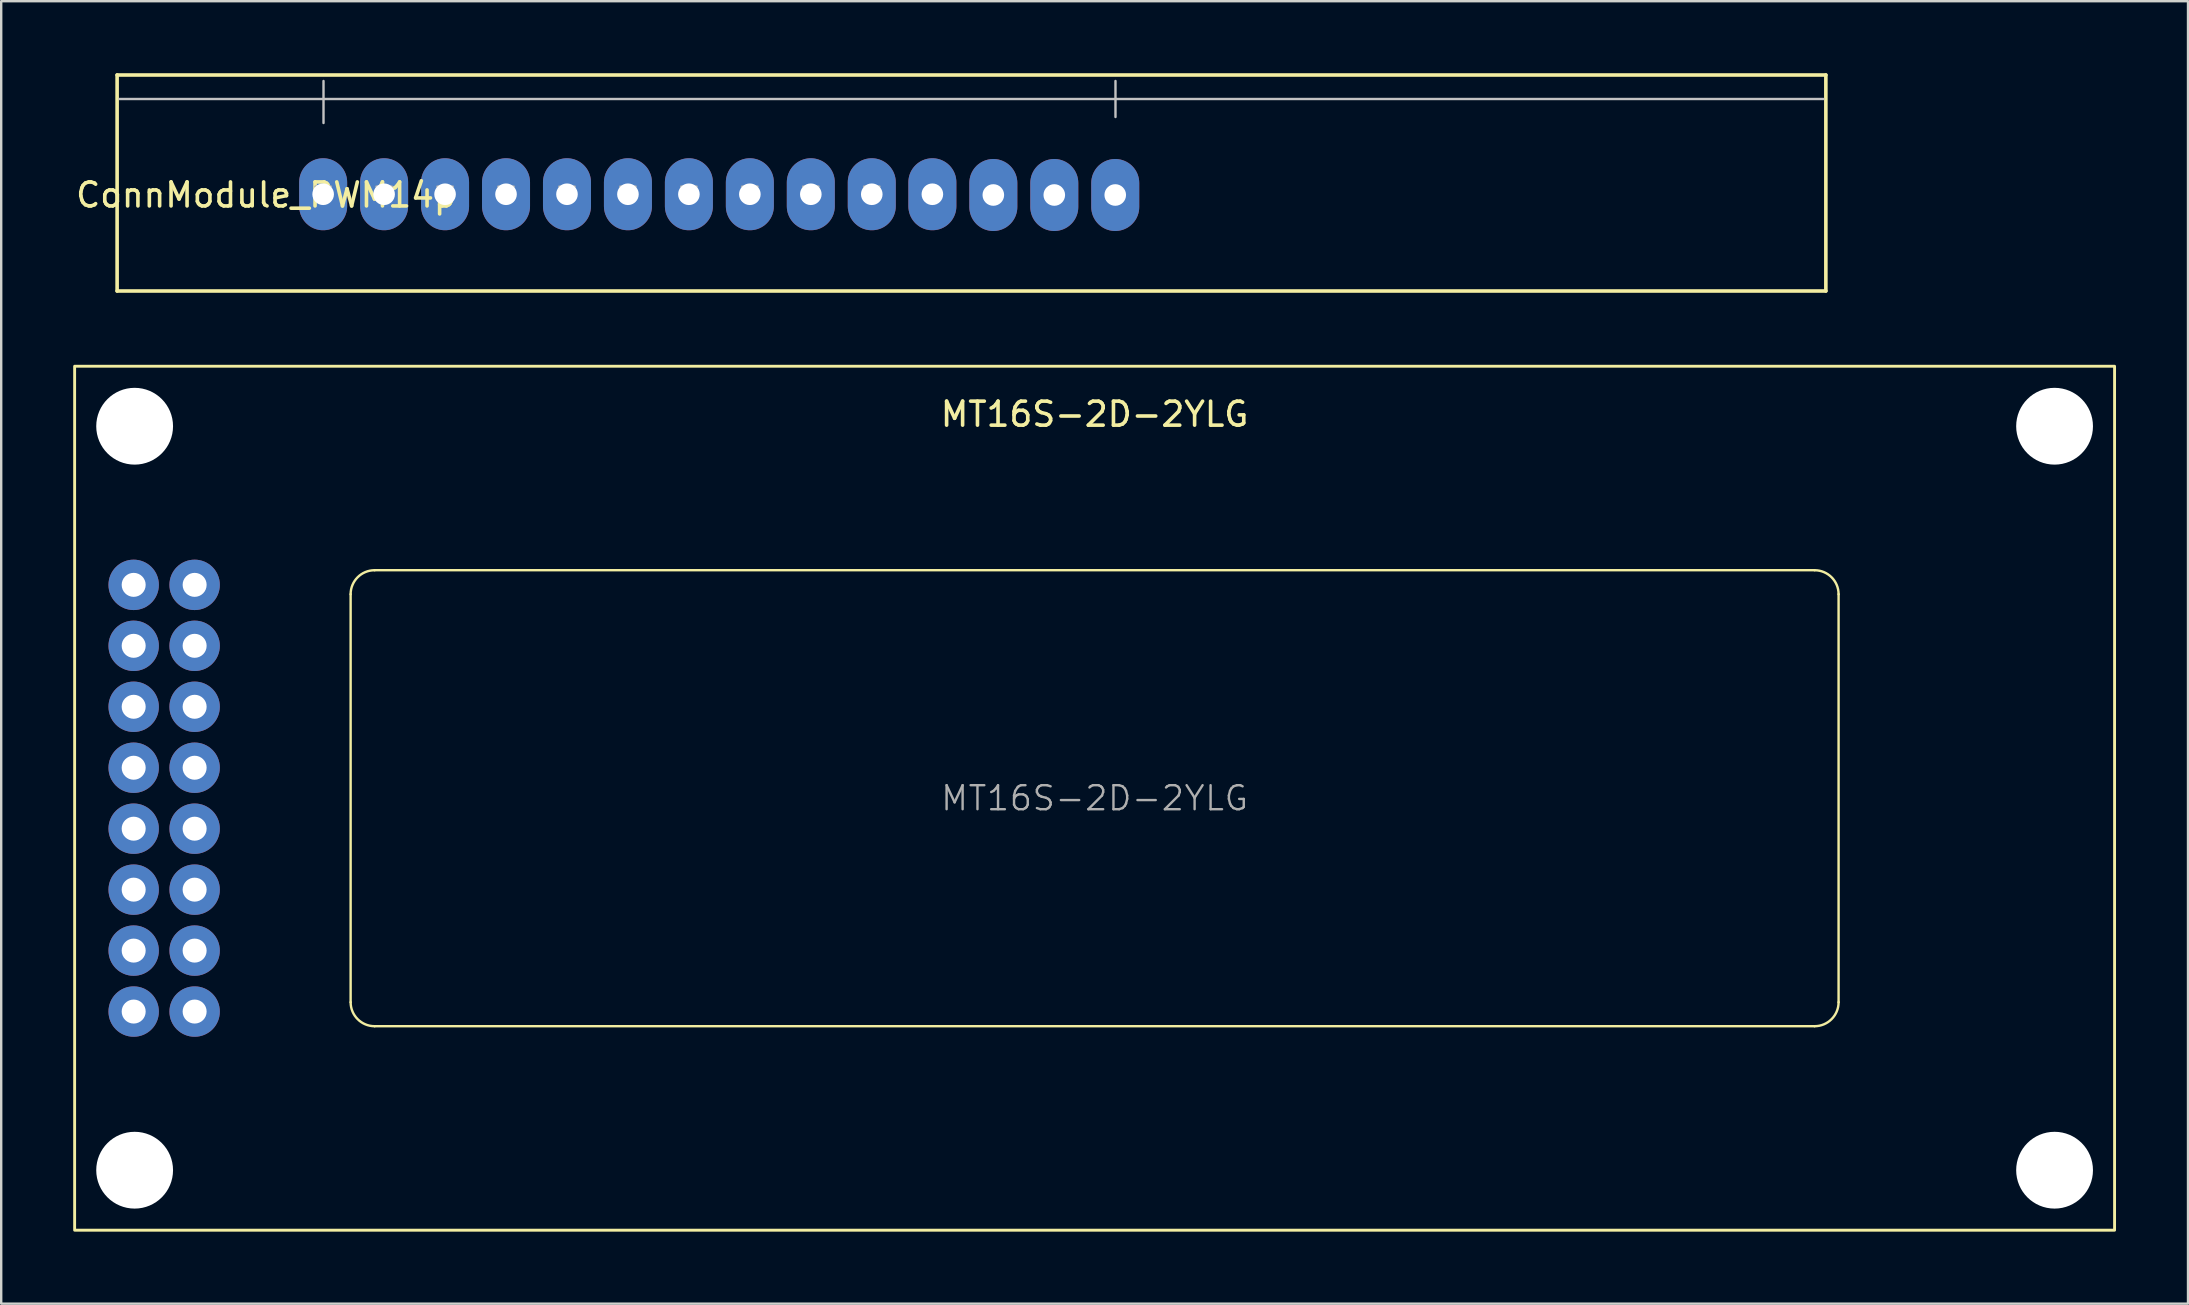
<source format=kicad_pcb>
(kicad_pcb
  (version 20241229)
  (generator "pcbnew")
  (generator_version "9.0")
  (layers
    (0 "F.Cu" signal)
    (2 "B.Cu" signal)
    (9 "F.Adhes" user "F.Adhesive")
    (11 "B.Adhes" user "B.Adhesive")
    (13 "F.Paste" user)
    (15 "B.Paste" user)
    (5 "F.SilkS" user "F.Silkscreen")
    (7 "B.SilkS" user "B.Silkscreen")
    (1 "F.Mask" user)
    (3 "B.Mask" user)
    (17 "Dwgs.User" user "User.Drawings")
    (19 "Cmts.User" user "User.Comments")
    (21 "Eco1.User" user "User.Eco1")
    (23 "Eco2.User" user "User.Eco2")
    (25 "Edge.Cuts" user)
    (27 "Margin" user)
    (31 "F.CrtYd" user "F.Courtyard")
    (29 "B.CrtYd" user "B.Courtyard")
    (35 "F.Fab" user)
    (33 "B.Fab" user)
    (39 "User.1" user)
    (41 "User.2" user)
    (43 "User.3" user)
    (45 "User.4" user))
  (footprint "MT16S-2D-2YLG"
    (layer "F.Cu")
    (at 42.56 30.21)
    (property "Reference" "MT16S-2D-2YLG" (at 0 -16 0) (layer "F.SilkS") (effects (font (size 1 1) (thickness 0.15))))
    (attr through_hole)
    (fp_line (start -31 -8.5) (end -31 8.5) (stroke (width 0.1) (type default)) (layer "F.SilkS"))
    (fp_line (start -30 -9.5) (end 30 -9.5) (stroke (width 0.1) (type default)) (layer "F.SilkS"))
    (fp_line (start -30 9.5) (end 30 9.5) (stroke (width 0.1) (type default)) (layer "F.SilkS"))
    (fp_line (start 31 -8.5) (end 31 8.5) (stroke (width 0.1) (type default)) (layer "F.SilkS"))
    (fp_rect (start -42.5 -18) (end 42.5 18) (stroke (width 0.12) (type solid)) (fill no) (layer "F.SilkS"))
    (fp_arc (start -31 -8.5) (mid -30.707107 -9.207107) (end -30 -9.5) (stroke (width 0.1) (type default)) (layer "F.SilkS"))
    (fp_arc (start -30 9.5) (mid -30.707107 9.207107) (end -31 8.5) (stroke (width 0.1) (type default)) (layer "F.SilkS"))
    (fp_arc (start 30 -9.5) (mid 30.707107 -9.207107) (end 31 -8.5) (stroke (width 0.1) (type default)) (layer "F.SilkS"))
    (fp_arc (start 31 8.5) (mid 30.707107 9.207107) (end 30 9.5) (stroke (width 0.1) (type default)) (layer "F.SilkS"))
    (fp_text user "${REFERENCE}" (at 0 0 0) (layer "F.Fab") (effects (font (size 1 1) (thickness 0.1))))
    (pad "" np_thru_hole circle (at -40 -15.5) (size 3.2 3.2) (drill 3.3) (layers "*.Cu" "*.Mask"))
    (pad "" np_thru_hole circle (at -40 15.5) (size 3.2 3.2) (drill 3.2) (layers "*.Cu" "*.Mask"))
    (pad "" np_thru_hole circle (at 40 -15.5) (size 3.2 3.2) (drill 3.2) (layers "*.Cu" "*.Mask"))
    (pad "" np_thru_hole circle (at 40 15.5) (size 3.2 3.2) (drill 3.2) (layers "*.Cu" "*.Mask"))
    (pad "1" thru_hole circle (at -37.5 8.89 90) (size 2.1 2.1) (drill 1) (layers "*.Cu" "*.Mask"))
    (pad "2" thru_hole circle (at -40.04 8.89 90) (size 2.1 2.1) (drill 1) (layers "*.Cu" "*.Mask"))
    (pad "3" thru_hole circle (at -37.5 6.35 90) (size 2.1 2.1) (drill 1) (layers "*.Cu" "*.Mask"))
    (pad "4" thru_hole circle (at -40.04 6.35 90) (size 2.1 2.1) (drill 1) (layers "*.Cu" "*.Mask"))
    (pad "5" thru_hole circle (at -37.5 3.81 90) (size 2.1 2.1) (drill 1) (layers "*.Cu" "*.Mask"))
    (pad "6" thru_hole circle (at -40.04 3.81 90) (size 2.1 2.1) (drill 1) (layers "*.Cu" "*.Mask"))
    (pad "7" thru_hole circle (at -37.5 1.27 90) (size 2.1 2.1) (drill 1) (layers "*.Cu" "*.Mask"))
    (pad "8" thru_hole circle (at -40.04 1.27 90) (size 2.1 2.1) (drill 1) (layers "*.Cu" "*.Mask"))
    (pad "9" thru_hole circle (at -37.5 -1.27 90) (size 2.1 2.1) (drill 1) (layers "*.Cu" "*.Mask"))
    (pad "10" thru_hole circle (at -40.04 -1.27 90) (size 2.1 2.1) (drill 1) (layers "*.Cu" "*.Mask"))
    (pad "11" thru_hole circle (at -37.5 -3.81 90) (size 2.1 2.1) (drill 1) (layers "*.Cu" "*.Mask"))
    (pad "12" thru_hole circle (at -40.04 -3.81 90) (size 2.1 2.1) (drill 1) (layers "*.Cu" "*.Mask"))
    (pad "13" thru_hole circle (at -37.5 -6.35 90) (size 2.1 2.1) (drill 1) (layers "*.Cu" "*.Mask"))
    (pad "14" thru_hole circle (at -40.04 -6.35 90) (size 2.1 2.1) (drill 1) (layers "*.Cu" "*.Mask"))
    (pad "15" thru_hole circle (at -37.5 -8.89 90) (size 2.1 2.1) (drill 1) (layers "*.Cu" "*.Mask"))
    (pad "16" thru_hole circle (at -40.04 -8.89 90) (size 2.1 2.1) (drill 1) (layers "*.Cu" "*.Mask")))
  (footprint "ConnModule_PWM14p"
    (layer "F.Cu")
    (at 21.83 5.075)
    (property "Reference" "ConnModule_PWM14p" (at -13.8 0 0) (layer "F.SilkS") (effects (font (size 1 1) (thickness 0.15))))
    (attr through_hole)
    (fp_line (start -20 -5) (end -20 4) (stroke (width 0.15) (type solid)) (layer "F.SilkS"))
    (fp_line (start -20 -5) (end 51.2 -5) (stroke (width 0.15) (type solid)) (layer "F.SilkS"))
    (fp_line (start -20 4) (end 51.2 4) (stroke (width 0.15) (type solid)) (layer "F.SilkS"))
    (fp_line (start 51.2 -5) (end 51.2 4) (stroke (width 0.15) (type solid)) (layer "F.SilkS"))
    (fp_line (start -11.4 -4.75) (end -11.4 -3) (stroke (width 0.1) (type default)) (layer "Dwgs.User"))
    (fp_line (start 21.6 -4.75) (end 21.6 -3.25) (stroke (width 0.1) (type default)) (layer "Dwgs.User"))
    (fp_line (start 51.1 -4) (end -19.9 -4) (stroke (width 0.1) (type default)) (layer "Dwgs.User"))
    (fp_line (start -11.735 -0.351) (end -11.095 -0.351) (stroke (width 0.1) (type solid)) (layer "F.Fab"))
    (fp_line (start -9.195 -0.351) (end -8.555 -0.351) (stroke (width 0.1) (type solid)) (layer "F.Fab"))
    (fp_line (start -6.655 -0.351) (end -6.015 -0.351) (stroke (width 0.1) (type solid)) (layer "F.Fab"))
    (fp_line (start -4.115 -0.351) (end -3.475 -0.351) (stroke (width 0.1) (type solid)) (layer "F.Fab"))
    (fp_line (start -1.575 -0.351) (end -0.935 -0.351) (stroke (width 0.1) (type solid)) (layer "F.Fab"))
    (fp_line (start 0.965 -0.351) (end 1.605 -0.351) (stroke (width 0.1) (type solid)) (layer "F.Fab"))
    (fp_line (start 3.505 -0.351) (end 4.145 -0.351) (stroke (width 0.1) (type solid)) (layer "F.Fab"))
    (fp_line (start 6.045 -0.351) (end 6.685 -0.351) (stroke (width 0.1) (type solid)) (layer "F.Fab"))
    (fp_line (start 8.585 -0.351) (end 9.225 -0.351) (stroke (width 0.1) (type solid)) (layer "F.Fab"))
    (fp_line (start 11.125 -0.351) (end 11.765 -0.351) (stroke (width 0.1) (type solid)) (layer "F.Fab"))
    (pad "1" thru_hole oval (at -11.415 -0.031 90) (size 3 2) (drill 0.9) (layers "*.Cu" "*.Mask"))
    (pad "2" thru_hole oval (at -8.875 -0.031 90) (size 3 2) (drill 0.9) (layers "*.Cu" "*.Mask"))
    (pad "3" thru_hole oval (at -6.335 -0.031 90) (size 3 2) (drill 0.9) (layers "*.Cu" "*.Mask"))
    (pad "4" thru_hole oval (at -3.795 -0.031 90) (size 3 2) (drill 0.9) (layers "*.Cu" "*.Mask"))
    (pad "5" thru_hole oval (at -1.255 -0.031 90) (size 3 2) (drill 0.9) (layers "*.Cu" "*.Mask"))
    (pad "6" thru_hole oval (at 1.285 -0.031 90) (size 3 2) (drill 0.9) (layers "*.Cu" "*.Mask"))
    (pad "7" thru_hole oval (at 3.825 -0.031 90) (size 3 2) (drill 0.9) (layers "*.Cu" "*.Mask"))
    (pad "8" thru_hole oval (at 6.365 -0.031 90) (size 3 2) (drill 0.9) (layers "*.Cu" "*.Mask"))
    (pad "9" thru_hole oval (at 8.905 -0.031 90) (size 3 2) (drill 0.9) (layers "*.Cu" "*.Mask"))
    (pad "10" thru_hole oval (at 11.445 -0.031 90) (size 3 2) (drill 0.9) (layers "*.Cu" "*.Mask"))
    (pad "11" thru_hole oval (at 13.97 -0.031 90) (size 3 2) (drill 0.9) (layers "*.Cu" "*.Mask"))
    (pad "12" thru_hole oval (at 16.51 0 90) (size 3 2) (drill 0.9) (layers "*.Cu" "*.Mask"))
    (pad "13" thru_hole oval (at 19.05 0 90) (size 3 2) (drill 0.9) (layers "*.Cu" "*.Mask"))
    (pad "14" thru_hole oval (at 21.59 0 90) (size 3 2) (drill 0.9) (layers "*.Cu" "*.Mask")))
  (gr_rect
    (start -3 -3)
    (end 88.12 51.27)
    (stroke (width 0.1) (type default))
    (fill no)
    (layer "Edge.Cuts")))
</source>
